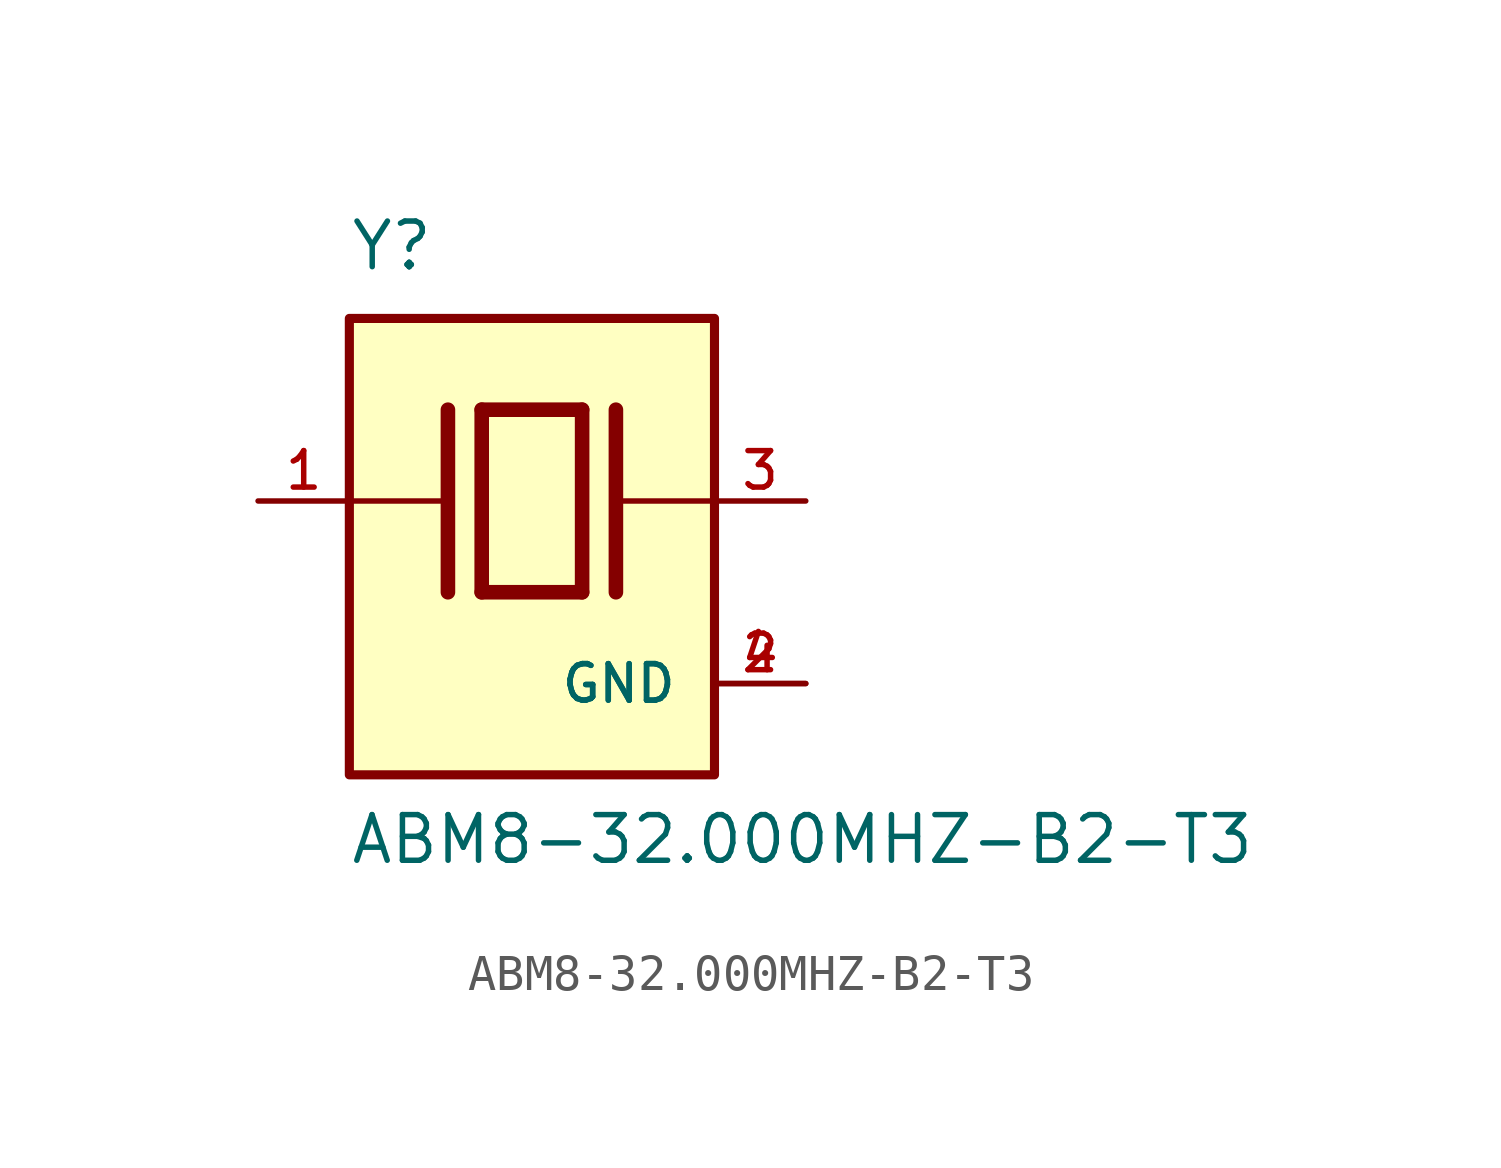
<source format=kicad_sym>
(kicad_symbol_lib
  (version 20211014)
  (generator kicad_symbol_editor)
  (symbol "ABM8-32.000MHZ-B2-T3"
    (pin_names
      (offset 1.016))
    (property "Reference" "Y"
      (at -5.088 6.356 0)
      (effects (font (size 1.27 1.27)) (justify bottom left)))
    (property "Value" "ABM8-32.000MHZ-B2-T3"
      (at -5.094 -10.16 0)
      (effects (font (size 1.27 1.27)) (justify bottom left)))
    (symbol "ABM8-32.000MHZ-B2-T3_0_0"
      (polyline (pts (xy -1.397 2.54) (xy 1.397 2.54)) (stroke (width 0.406)))
      (polyline (pts (xy 1.397 2.54) (xy 1.397 -2.54)) (stroke (width 0.406)))
      (polyline (pts (xy 1.397 -2.54) (xy -1.397 -2.54)) (stroke (width 0.406)))
      (polyline (pts (xy -1.397 2.54) (xy -1.397 -2.54)) (stroke (width 0.406)))
      (polyline (pts (xy 2.337 2.54) (xy 2.337 -2.54)) (stroke (width 0.406)))
      (polyline (pts (xy -2.337 2.54) (xy -2.337 -2.54)) (stroke (width 0.406)))
      (polyline (pts (xy -5.08 0.0) (xy -2.54 0.0)) (stroke (width 0.152)))
      (polyline (pts (xy 2.54 0.0) (xy 5.08 0.0)) (stroke (width 0.152)))
      (rectangle (start -5.08 -7.62) (end 5.08 5.08) (stroke (width 0.254)) (fill (type background)))
      (pin passive line (at 7.62 0.0 180.0) (length 2.54) (name "~" (effects (font (size 1.016 1.016)))) (number "3" (effects (font (size 1.016 1.016)))))
      (pin passive line (at -7.62 0.0 0) (length 2.54) (name "~" (effects (font (size 1.016 1.016)))) (number "1" (effects (font (size 1.016 1.016)))))
      (pin power_in line (at 7.62 -5.08 180.0) (length 2.54) (name "GND" (effects (font (size 1.016 1.016)))) (number "2" (effects (font (size 1.016 1.016)))))
      (pin power_in line (at 7.62 -5.08 180.0) (length 2.54) (name "GND" (effects (font (size 1.016 1.016)))) (number "4" (effects (font (size 1.016 1.016))))))))
</source>
